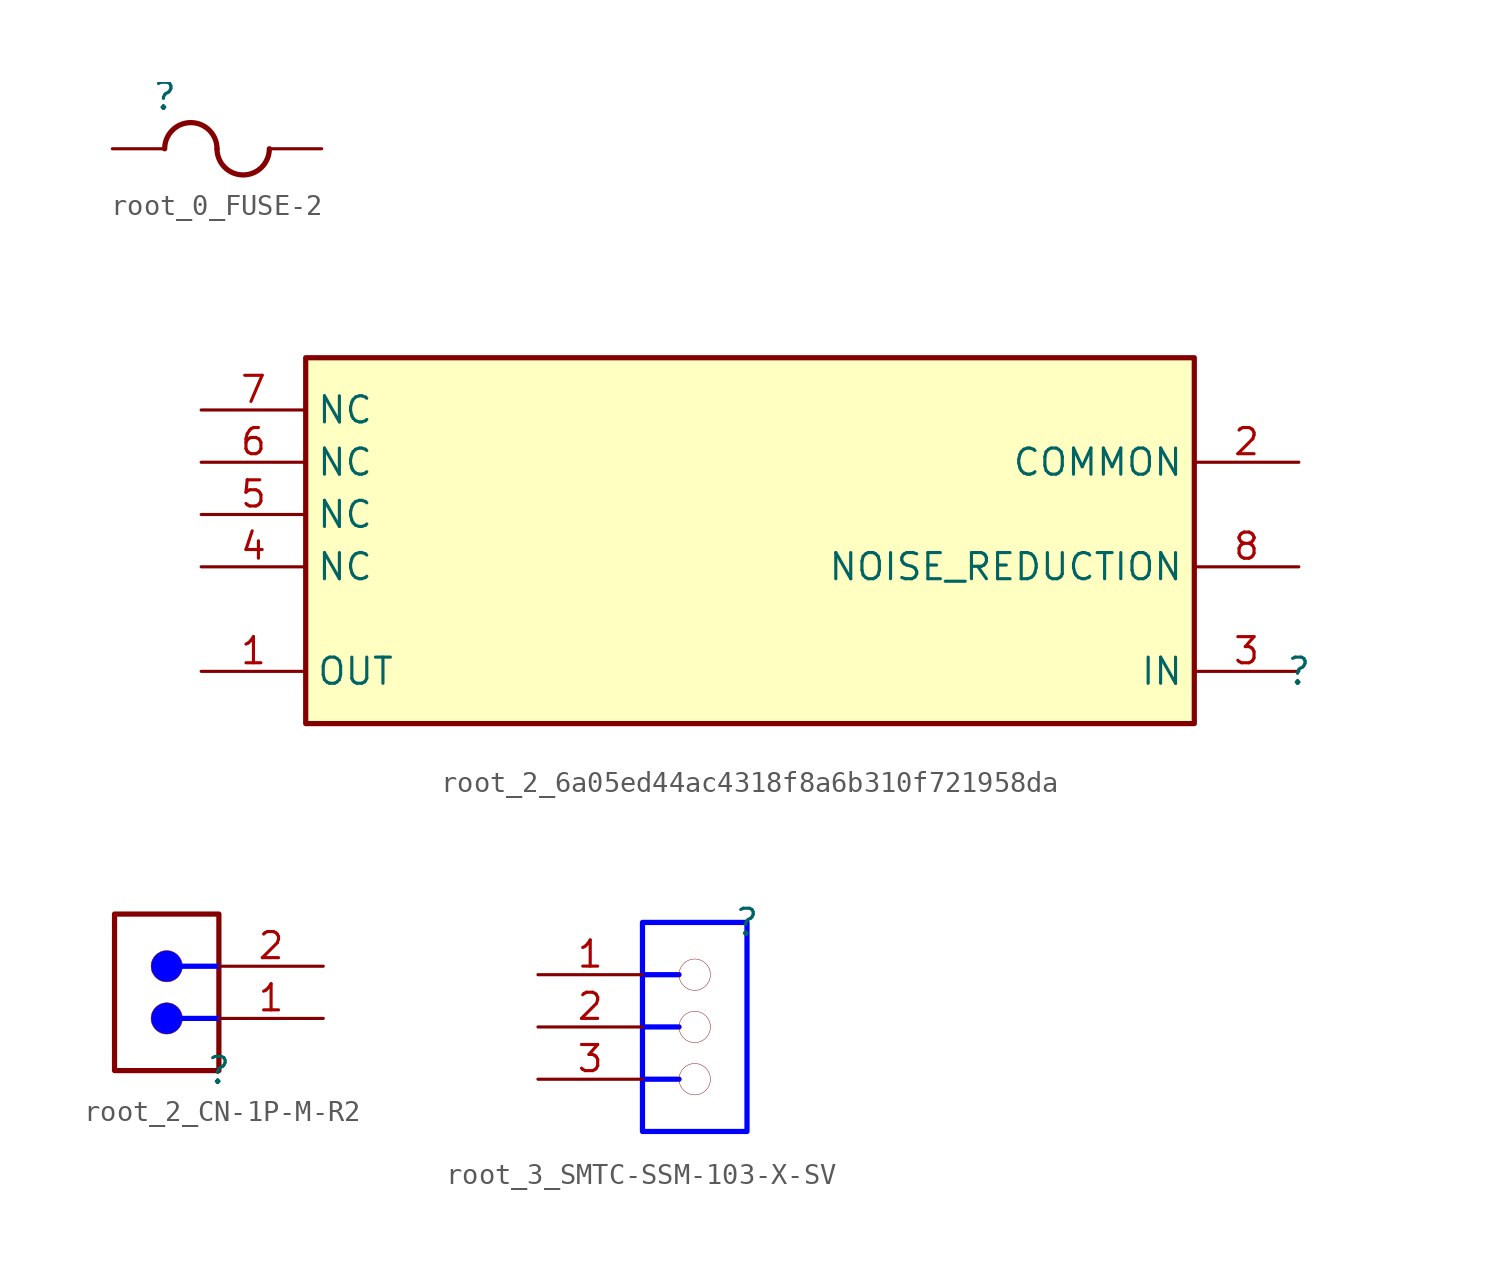
<source format=kicad_sym>
(kicad_symbol_lib
  (version 20220914)
  (generator kicad_symbol_editor)
  (symbol "root_0_FUSE-2"
    (property "Reference" ""
      (at 0 0 0)
      (effects (font (size 1.27 1.27))))
    (property "Value" ""
      (at 0 0 0)
      (effects (font (size 1.27 1.27))))
    (symbol "root_0_FUSE-2_1_0"
      (arc (start 2.54 -2.54) (mid 1.27 -1.2755) (end 0 -2.54) (stroke (width 0.254) (type solid)) (fill (type none)))
      (arc (start 2.54 -2.54) (mid 3.81 -3.8045) (end 5.08 -2.54) (stroke (width 0.254) (type solid)) (fill (type none)))
      (pin passive line (at -2.54 -2.54 0) (length 2.54) (name "1" (effects (font (size 0 0)))) (number "1" (effects (font (size 0 0)))))
      (pin passive line (at 7.62 -2.54 180) (length 2.54) (name "2" (effects (font (size 0 0)))) (number "2" (effects (font (size 0 0)))))))
  (symbol "root_2_6a05ed44ac4318f8a6b310f721958da"
    (property "Reference" ""
      (at 0 0 0)
      (effects (font (size 1.27 1.27))))
    (property "Value" ""
      (at 0 0 0)
      (effects (font (size 1.27 1.27))))
    (symbol "root_2_6a05ed44ac4318f8a6b310f721958da_1_0"
      (rectangle (start -5.08 15.24) (end -48.26 -2.54) (stroke (width 0.254) (type solid)) (fill (type background)))
      (pin output line (at -53.34 0 0) (length 5.08) (name "OUT" (effects (font (size 1.27 1.27)))) (number "1" (effects (font (size 1.27 1.27)))))
      (pin input line (at 0 10.16 180) (length 5.08) (name "COMMON" (effects (font (size 1.27 1.27)))) (number "2" (effects (font (size 1.27 1.27)))))
      (pin input line (at 0 0 180) (length 5.08) (name "IN" (effects (font (size 1.27 1.27)))) (number "3" (effects (font (size 1.27 1.27)))))
      (pin passive line (at -53.34 5.08 0) (length 5.08) (name "NC" (effects (font (size 1.27 1.27)))) (number "4" (effects (font (size 1.27 1.27)))))
      (pin passive line (at -53.34 7.62 0) (length 5.08) (name "NC" (effects (font (size 1.27 1.27)))) (number "5" (effects (font (size 1.27 1.27)))))
      (pin passive line (at -53.34 10.16 0) (length 5.08) (name "NC" (effects (font (size 1.27 1.27)))) (number "6" (effects (font (size 1.27 1.27)))))
      (pin passive line (at -53.34 12.7 0) (length 5.08) (name "NC" (effects (font (size 1.27 1.27)))) (number "7" (effects (font (size 1.27 1.27)))))
      (pin passive line (at 0 5.08 180) (length 5.08) (name "NOISE_REDUCTION" (effects (font (size 1.27 1.27)))) (number "8" (effects (font (size 1.27 1.27)))))))
  (symbol "root_2_CN-1P-M-R2"
    (property "Reference" ""
      (at 0 0 0)
      (effects (font (size 1.27 1.27))))
    (property "Value" ""
      (at 0 0 0)
      (effects (font (size 1.27 1.27))))
    (symbol "root_2_CN-1P-M-R2_1_0"
      (circle (center -2.54 2.54) (radius 0.762) (stroke (width 0.0001) (type solid)) (fill (type color) (color 0 0 255 1)))
      (circle (center -2.54 5.08) (radius 0.762) (stroke (width 0.0001) (type solid)) (fill (type color) (color 0 0 255 1)))
      (polyline (pts (xy 0 2.54) (xy -1.778 2.54)) (stroke (width 0.254) (type solid) (color 0 0 255 1)) (fill (type none)))
      (polyline (pts (xy 0 5.08) (xy -1.778 5.08)) (stroke (width 0.254) (type solid) (color 0 0 255 1)) (fill (type none)))
      (rectangle (start 0 7.62) (end -5.08 0) (stroke (width 0.254) (type solid)) (fill (type none)))
      (pin passive line (at 5.08 2.54 180) (length 5.08) (name "1" (effects (font (size 0 0)))) (number "1" (effects (font (size 1.27 1.27)))))
      (pin passive line (at 5.08 5.08 180) (length 5.08) (name "2" (effects (font (size 0 0)))) (number "2" (effects (font (size 1.27 1.27)))))))
  (symbol "root_3_SMTC-SSM-103-X-SV"
    (property "Reference" ""
      (at 0 0 0)
      (effects (font (size 1.27 1.27))))
    (property "Value" ""
      (at 0 0 0)
      (effects (font (size 1.27 1.27))))
    (symbol "root_3_SMTC-SSM-103-X-SV_1_0"
      (circle (center -2.54 -7.62) (radius 0.762) (stroke (width 0.0001) (type solid)) (fill (type none)))
      (circle (center -2.54 -5.08) (radius 0.762) (stroke (width 0.0001) (type solid)) (fill (type none)))
      (circle (center -2.54 -2.54) (radius 0.762) (stroke (width 0.0001) (type solid)) (fill (type none)))
      (polyline (pts (xy -5.08 -7.62) (xy -3.302 -7.62)) (stroke (width 0.254) (type solid) (color 0 0 255 1)) (fill (type none)))
      (polyline (pts (xy -5.08 -5.08) (xy -3.302 -5.08)) (stroke (width 0.254) (type solid) (color 0 0 255 1)) (fill (type none)))
      (polyline (pts (xy -5.08 -2.54) (xy -3.302 -2.54)) (stroke (width 0.254) (type solid) (color 0 0 255 1)) (fill (type none)))
      (polyline (pts (xy 0 -10.16) (xy 0 0) (xy -5.08 0) (xy -5.08 -10.16) (xy 0 -10.16)) (stroke (width 0.254) (type solid) (color 0 0 255 1)) (fill (type none)))
      (pin passive line (at -10.16 -2.54 0) (length 5.08) (name "1" (effects (font (size 0 0)))) (number "1" (effects (font (size 1.27 1.27)))))
      (pin passive line (at -10.16 -5.08 0) (length 5.08) (name "2" (effects (font (size 0 0)))) (number "2" (effects (font (size 1.27 1.27)))))
      (pin passive line (at -10.16 -7.62 0) (length 5.08) (name "3" (effects (font (size 0 0)))) (number "3" (effects (font (size 1.27 1.27))))))))
</source>
